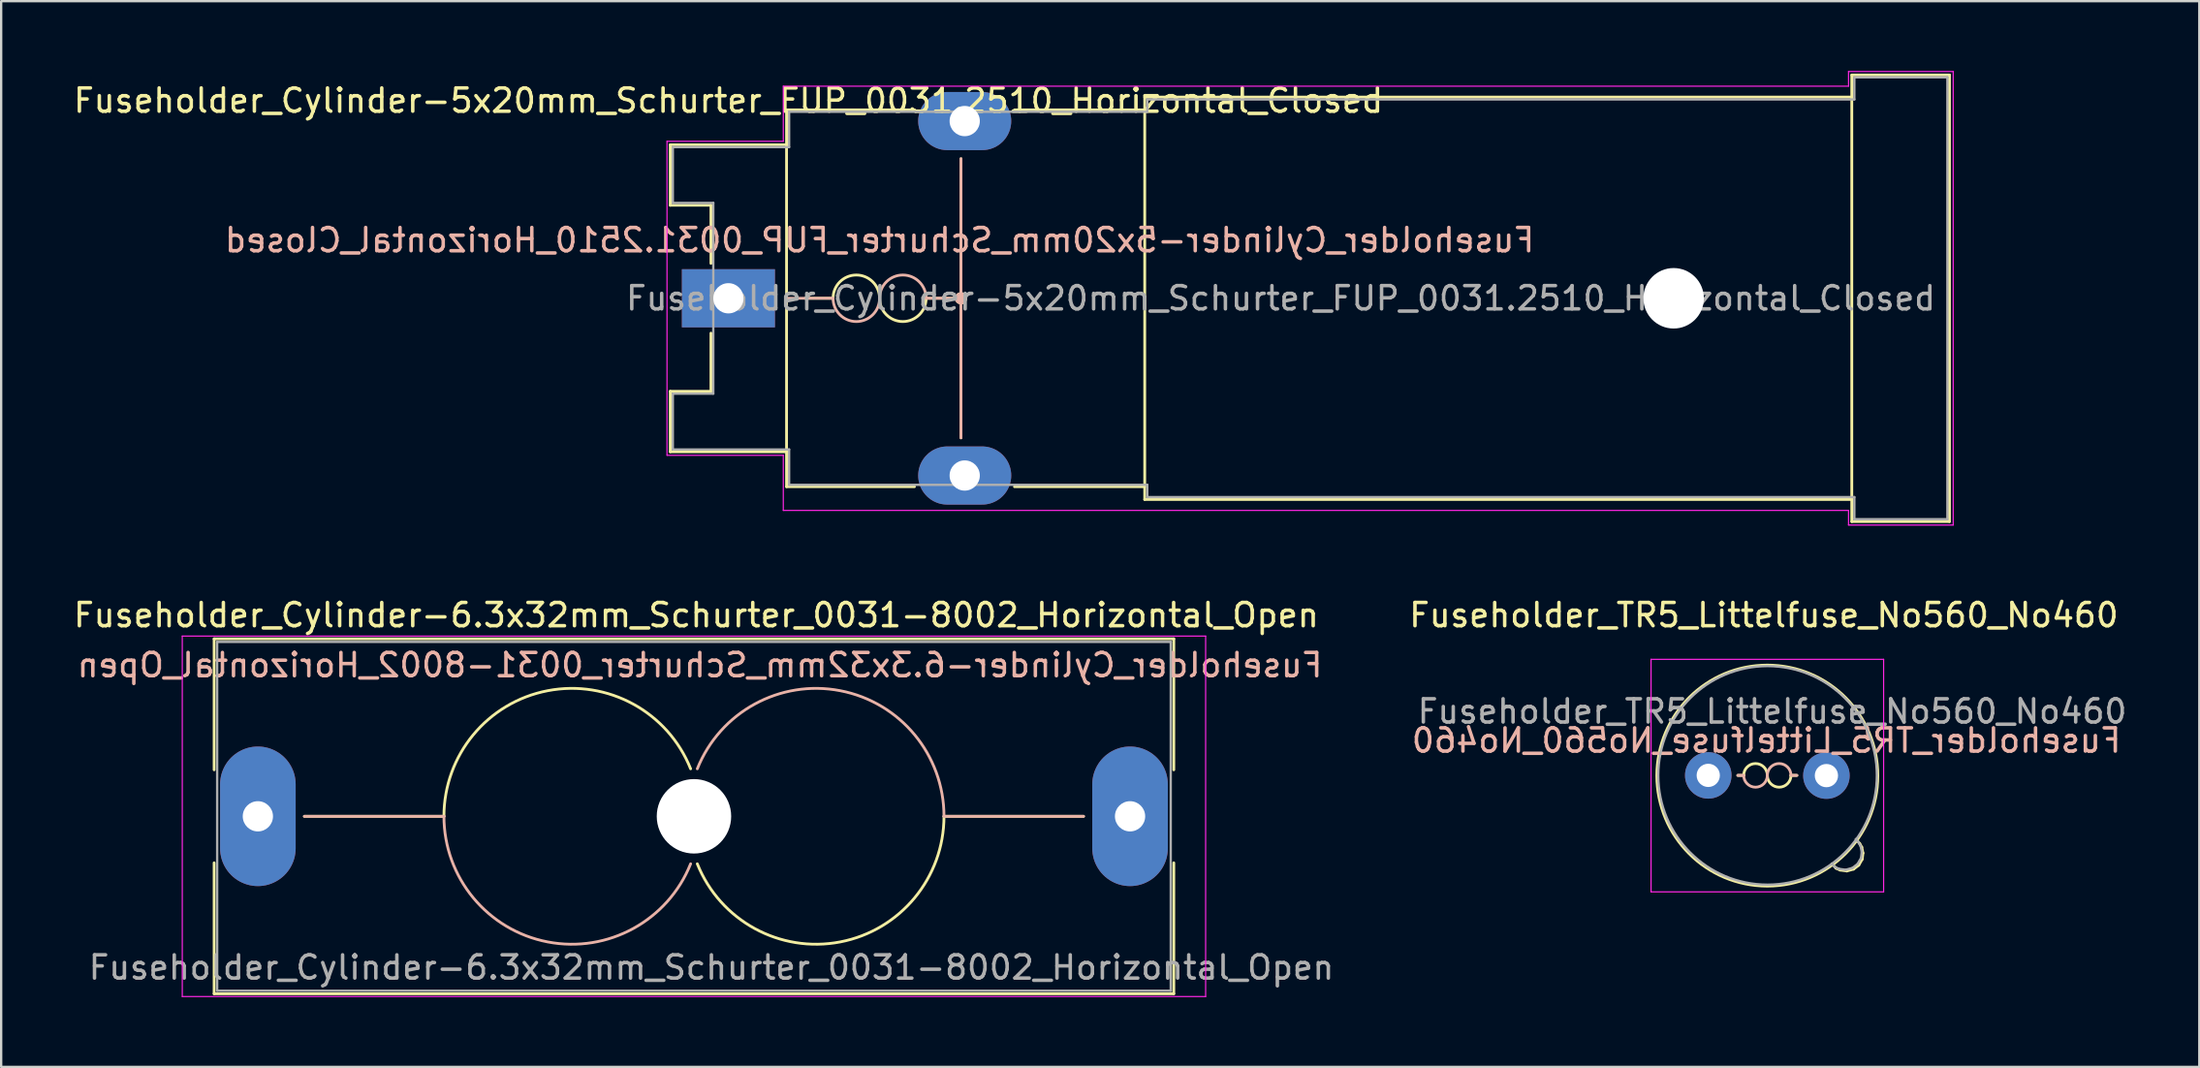
<source format=kicad_pcb>
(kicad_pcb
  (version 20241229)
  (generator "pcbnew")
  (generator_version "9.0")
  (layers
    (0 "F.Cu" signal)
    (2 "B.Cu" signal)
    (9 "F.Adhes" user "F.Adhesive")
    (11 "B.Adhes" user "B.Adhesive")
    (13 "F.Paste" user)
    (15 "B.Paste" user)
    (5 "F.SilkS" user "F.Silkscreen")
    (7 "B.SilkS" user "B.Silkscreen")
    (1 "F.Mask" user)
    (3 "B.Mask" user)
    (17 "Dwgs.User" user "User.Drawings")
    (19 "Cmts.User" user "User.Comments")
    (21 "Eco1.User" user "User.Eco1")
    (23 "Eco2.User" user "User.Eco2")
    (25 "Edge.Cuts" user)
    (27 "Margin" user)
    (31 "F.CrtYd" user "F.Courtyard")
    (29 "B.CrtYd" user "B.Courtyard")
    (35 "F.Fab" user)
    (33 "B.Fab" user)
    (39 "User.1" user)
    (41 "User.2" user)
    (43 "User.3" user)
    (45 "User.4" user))
  (footprint "Fuseholder_Cylinder-5x20mm_Schurter_FUP_0031.2510_Horizontal_Closed"
    (layer "F.Cu")
    (at 28.268 9.775)
    (property "Reference" "Fuseholder_Cylinder-5x20mm_Schurter_FUP_0031.2510_Horizontal_Closed" (at 0 -8.5 0) (layer "F.SilkS") (effects (font (size 1 1) (thickness 0.15))))
    (fp_line (start -2.5 -6.6) (end 2.5 -6.6) (stroke (width 0.12) (type solid)) (layer "F.SilkS"))
    (fp_line (start -2.5 -4) (end -2.5 -6.6) (stroke (width 0.12) (type solid)) (layer "F.SilkS"))
    (fp_line (start -2.5 4) (end -0.75 4) (stroke (width 0.12) (type solid)) (layer "F.SilkS"))
    (fp_line (start -2.5 6.6) (end -2.5 4) (stroke (width 0.12) (type solid)) (layer "F.SilkS"))
    (fp_line (start -2.5 6.6) (end 2.5 6.6) (stroke (width 0.12) (type solid)) (layer "F.SilkS"))
    (fp_line (start -0.75 -4) (end -2.5 -4) (stroke (width 0.12) (type solid)) (layer "F.SilkS"))
    (fp_line (start -0.75 -1.5) (end -0.75 -4) (stroke (width 0.12) (type solid)) (layer "F.SilkS"))
    (fp_line (start -0.75 4) (end -0.75 1.5) (stroke (width 0.12) (type solid)) (layer "F.SilkS"))
    (fp_line (start 2.5 -8.1) (end 8 -8.1) (stroke (width 0.12) (type solid)) (layer "F.SilkS"))
    (fp_line (start 2.5 8.1) (end 2.5 -8.1) (stroke (width 0.12) (type solid)) (layer "F.SilkS"))
    (fp_line (start 2.5 8.1) (end 8 8.1) (stroke (width 0.12) (type solid)) (layer "F.SilkS"))
    (fp_line (start 4.5 0) (end 3.3 0) (stroke (width 0.12) (type solid)) (layer "F.SilkS"))
    (fp_line (start 9.7 0) (end 8.5 0) (stroke (width 0.12) (type solid)) (layer "F.SilkS"))
    (fp_line (start 9.7 0) (end 10 0) (stroke (width 0.12) (type solid)) (layer "F.SilkS"))
    (fp_line (start 10 0) (end 10 -6) (stroke (width 0.12) (type solid)) (layer "F.SilkS"))
    (fp_line (start 10 0) (end 10 6) (stroke (width 0.12) (type solid)) (layer "F.SilkS"))
    (fp_line (start 12.3 -8.1) (end 17.9 -8.1) (stroke (width 0.12) (type solid)) (layer "F.SilkS"))
    (fp_line (start 12.3 8.1) (end 17.9 8.1) (stroke (width 0.12) (type solid)) (layer "F.SilkS"))
    (fp_line (start 17.9 -8.65) (end 48.3 -8.65) (stroke (width 0.12) (type solid)) (layer "F.SilkS"))
    (fp_line (start 17.9 8.65) (end 17.9 -8.65) (stroke (width 0.12) (type solid)) (layer "F.SilkS"))
    (fp_line (start 17.9 8.65) (end 48.3 8.65) (stroke (width 0.12) (type solid)) (layer "F.SilkS"))
    (fp_line (start 48.3 -9.6) (end 52.5 -9.6) (stroke (width 0.12) (type solid)) (layer "F.SilkS"))
    (fp_line (start 48.3 9.6) (end 48.3 -9.6) (stroke (width 0.12) (type solid)) (layer "F.SilkS"))
    (fp_line (start 48.3 9.6) (end 52.5 9.6) (stroke (width 0.12) (type solid)) (layer "F.SilkS"))
    (fp_line (start 52.5 -9.6) (end 52.5 9.6) (stroke (width 0.12) (type solid)) (layer "F.SilkS"))
    (fp_arc (start 4.5 0) (mid 5.5 -1) (end 6.5 0) (stroke (width 0.12) (type solid)) (layer "F.SilkS"))
    (fp_arc (start 8.5 0) (mid 7.5 1) (end 6.5 0) (stroke (width 0.12) (type solid)) (layer "F.SilkS"))
    (fp_circle (center 10 0) (end 10.1 -0.025) (stroke (width 0.12) (type solid)) (fill no) (layer "F.SilkS"))
    (fp_circle (center 10 0) (end 10.175 -0.1) (stroke (width 0.12) (type solid)) (fill no) (layer "F.SilkS"))
    (fp_line (start 4.5 0) (end 2.5 0) (stroke (width 0.12) (type solid)) (layer "B.SilkS"))
    (fp_line (start 9.7 0) (end 8.5 0) (stroke (width 0.12) (type solid)) (layer "B.SilkS"))
    (fp_line (start 9.7 0) (end 10 0) (stroke (width 0.12) (type solid)) (layer "B.SilkS"))
    (fp_line (start 10 0) (end 10 -6) (stroke (width 0.12) (type solid)) (layer "B.SilkS"))
    (fp_line (start 10 0) (end 10 6) (stroke (width 0.12) (type solid)) (layer "B.SilkS"))
    (fp_arc (start 6.5 0) (mid 5.5 1) (end 4.5 0) (stroke (width 0.12) (type solid)) (layer "B.SilkS"))
    (fp_arc (start 6.5 0) (mid 7.5 -1) (end 8.5 0) (stroke (width 0.12) (type solid)) (layer "B.SilkS"))
    (fp_circle (center 10 0) (end 10.1 0.025) (stroke (width 0.12) (type solid)) (fill no) (layer "B.SilkS"))
    (fp_circle (center 10 0) (end 10.175 0.1) (stroke (width 0.12) (type solid)) (fill no) (layer "B.SilkS"))
    (fp_line (start -2.64 -6.75) (end 2.36 -6.75) (stroke (width 0.05) (type solid)) (layer "F.CrtYd"))
    (fp_line (start -2.64 6.75) (end -2.64 -6.75) (stroke (width 0.05) (type solid)) (layer "F.CrtYd"))
    (fp_line (start -2.64 6.75) (end 2.36 6.75) (stroke (width 0.05) (type solid)) (layer "F.CrtYd"))
    (fp_line (start 2.36 -9.12) (end 2.36 -6.75) (stroke (width 0.05) (type solid)) (layer "F.CrtYd"))
    (fp_line (start 2.36 -9.12) (end 48.16 -9.12) (stroke (width 0.05) (type solid)) (layer "F.CrtYd"))
    (fp_line (start 2.36 6.75) (end 2.36 9.12) (stroke (width 0.05) (type solid)) (layer "F.CrtYd"))
    (fp_line (start 48.16 -9.75) (end 48.16 -9.12) (stroke (width 0.05) (type solid)) (layer "F.CrtYd"))
    (fp_line (start 48.16 -9.75) (end 52.66 -9.75) (stroke (width 0.05) (type solid)) (layer "F.CrtYd"))
    (fp_line (start 48.16 9.12) (end 2.36 9.12) (stroke (width 0.05) (type solid)) (layer "F.CrtYd"))
    (fp_line (start 48.16 9.12) (end 48.16 9.75) (stroke (width 0.05) (type solid)) (layer "F.CrtYd"))
    (fp_line (start 48.16 9.75) (end 52.66 9.75) (stroke (width 0.05) (type solid)) (layer "F.CrtYd"))
    (fp_line (start 52.66 -9.75) (end 52.66 9.75) (stroke (width 0.05) (type solid)) (layer "F.CrtYd"))
    (fp_line (start -2.39 -4.1) (end -2.39 -6.5) (stroke (width 0.1) (type solid)) (layer "F.Fab"))
    (fp_line (start -2.39 -4.1) (end -0.65 -4.1) (stroke (width 0.1) (type solid)) (layer "F.Fab"))
    (fp_line (start -2.39 4.1) (end -2.39 6.5) (stroke (width 0.1) (type solid)) (layer "F.Fab"))
    (fp_line (start -2.39 6.5) (end 2.61 6.5) (stroke (width 0.1) (type solid)) (layer "F.Fab"))
    (fp_line (start -0.65 -4.1) (end -0.65 4.1) (stroke (width 0.1) (type solid)) (layer "F.Fab"))
    (fp_line (start -0.65 4.1) (end -2.39 4.1) (stroke (width 0.1) (type solid)) (layer "F.Fab"))
    (fp_line (start 2.61 -8.02) (end 2.61 -6.5) (stroke (width 0.1) (type solid)) (layer "F.Fab"))
    (fp_line (start 2.61 -6.5) (end -2.39 -6.5) (stroke (width 0.1) (type solid)) (layer "F.Fab"))
    (fp_line (start 2.61 6.5) (end 2.61 8.02) (stroke (width 0.1) (type solid)) (layer "F.Fab"))
    (fp_line (start 2.61 8.02) (end 18.01 8.02) (stroke (width 0.1) (type solid)) (layer "F.Fab"))
    (fp_line (start 18.01 -8.55) (end 18.01 -8.02) (stroke (width 0.1) (type solid)) (layer "F.Fab"))
    (fp_line (start 18.01 -8.02) (end 2.61 -8.02) (stroke (width 0.1) (type solid)) (layer "F.Fab"))
    (fp_line (start 18.01 8.02) (end 18.01 8.55) (stroke (width 0.1) (type solid)) (layer "F.Fab"))
    (fp_line (start 18.01 8.55) (end 48.41 8.55) (stroke (width 0.1) (type solid)) (layer "F.Fab"))
    (fp_line (start 48.41 -9.5) (end 48.41 -8.55) (stroke (width 0.1) (type solid)) (layer "F.Fab"))
    (fp_line (start 48.41 -8.55) (end 18.01 -8.55) (stroke (width 0.1) (type solid)) (layer "F.Fab"))
    (fp_line (start 48.41 8.55) (end 48.41 9.5) (stroke (width 0.1) (type solid)) (layer "F.Fab"))
    (fp_line (start 48.41 9.5) (end 52.41 9.5) (stroke (width 0.1) (type solid)) (layer "F.Fab"))
    (fp_line (start 52.41 -9.5) (end 48.41 -9.5) (stroke (width 0.1) (type solid)) (layer "F.Fab"))
    (fp_line (start 52.41 -9.5) (end 52.41 9.5) (stroke (width 0.1) (type solid)) (layer "F.Fab"))
    (fp_text user "${REFERENCE}" (at 6.5 -2.5 0) (layer "B.SilkS") (effects (font (size 1 1) (thickness 0.15)) (justify mirror)))
    (fp_text user "${REFERENCE}" (at 23.75 0 0) (layer "F.Fab") (effects (font (size 1 1) (thickness 0.15))))
    (pad "" np_thru_hole circle (at 40.64 0) (size 2.6 2.6) (drill 2.6) (layers "*.Cu" "*.Mask"))
    (pad "1" thru_hole rect (at 0 0) (size 4 2.5) (drill 1.3) (layers "*.Cu" "*.Mask"))
    (pad "2" thru_hole oval (at 10.16 -7.62) (size 4 2.5) (drill 1.3) (layers "*.Cu" "*.Mask"))
    (pad "2" thru_hole oval (at 10.16 7.62) (size 4 2.5) (drill 1.3) (layers "*.Cu" "*.Mask")))
  (footprint "Fuseholder_Cylinder-6.3x32mm_Schurter_0031-8002_Horizontal_Open"
    (layer "F.Cu")
    (at 8.037 32.048)
    (property "Reference" "Fuseholder_Cylinder-6.3x32mm_Schurter_0031-8002_Horizontal_Open" (at 18.85 -8.65 0) (layer "F.SilkS") (effects (font (size 1 1) (thickness 0.15))))
    (fp_line (start -1.88 -7.63) (end -1.88 -2) (stroke (width 0.12) (type solid)) (layer "F.SilkS"))
    (fp_line (start -1.88 -7.63) (end 39.38 -7.63) (stroke (width 0.12) (type solid)) (layer "F.SilkS"))
    (fp_line (start -1.88 2) (end -1.88 7.63) (stroke (width 0.12) (type solid)) (layer "F.SilkS"))
    (fp_line (start 2 0) (end 8 0) (stroke (width 0.12) (type solid)) (layer "F.SilkS"))
    (fp_line (start 29.5 0) (end 35.5 0) (stroke (width 0.12) (type solid)) (layer "F.SilkS"))
    (fp_line (start 39.38 -7.63) (end 39.38 -2) (stroke (width 0.12) (type solid)) (layer "F.SilkS"))
    (fp_line (start 39.38 2) (end 39.38 7.63) (stroke (width 0.12) (type solid)) (layer "F.SilkS"))
    (fp_line (start 39.38 7.63) (end -1.88 7.63) (stroke (width 0.12) (type solid)) (layer "F.SilkS"))
    (fp_arc (start 8 0) (mid 12.459909 -5.40076) (end 18.606622 -2.042649) (stroke (width 0.12) (type solid)) (layer "F.SilkS"))
    (fp_arc (start 29.5 0) (mid 25.040091 5.40076) (end 18.893378 2.042649) (stroke (width 0.12) (type solid)) (layer "F.SilkS"))
    (fp_line (start 8 0) (end 2 0) (stroke (width 0.12) (type solid)) (layer "B.SilkS"))
    (fp_line (start 35.5 0) (end 29.5 0) (stroke (width 0.12) (type solid)) (layer "B.SilkS"))
    (fp_arc (start 18.606622 2.042649) (mid 12.459908 5.40076) (end 8 0) (stroke (width 0.12) (type solid)) (layer "B.SilkS"))
    (fp_arc (start 18.893378 -2.042649) (mid 25.040092 -5.40076) (end 29.5 0) (stroke (width 0.12) (type solid)) (layer "B.SilkS"))
    (fp_line (start -3.25 -7.75) (end -3.25 7.75) (stroke (width 0.05) (type solid)) (layer "F.CrtYd"))
    (fp_line (start -3.25 -7.75) (end 40.75 -7.75) (stroke (width 0.05) (type solid)) (layer "F.CrtYd"))
    (fp_line (start 40.75 7.75) (end -3.25 7.75) (stroke (width 0.05) (type solid)) (layer "F.CrtYd"))
    (fp_line (start 40.75 7.75) (end 40.75 -7.75) (stroke (width 0.05) (type solid)) (layer "F.CrtYd"))
    (fp_line (start -1.75 -7.5) (end -1.75 7.5) (stroke (width 0.1) (type solid)) (layer "F.Fab"))
    (fp_line (start -1.75 7.5) (end 39.25 7.5) (stroke (width 0.1) (type solid)) (layer "F.Fab"))
    (fp_line (start 39.25 -7.5) (end -1.75 -7.5) (stroke (width 0.1) (type solid)) (layer "F.Fab"))
    (fp_line (start 39.25 7.5) (end 39.25 -7.5) (stroke (width 0.1) (type solid)) (layer "F.Fab"))
    (fp_text user "${REFERENCE}" (at 19 -6.5 0) (layer "B.SilkS") (effects (font (size 1 1) (thickness 0.15)) (justify mirror)))
    (fp_text user "${REFERENCE}" (at 19.5 6.5 0) (layer "F.Fab") (effects (font (size 1 1) (thickness 0.15))))
    (pad "" np_thru_hole circle (at 18.75 0) (size 3.2 3.2) (drill 3.2) (layers "*.Cu" "*.Mask"))
    (pad "1" thru_hole oval (at 0 0) (size 3.25 6) (drill 1.3) (layers "*.Cu" "*.Mask"))
    (pad "2" thru_hole oval (at 37.5 0) (size 3.25 6) (drill 1.3) (layers "*.Cu" "*.Mask")))
  (footprint "Fuseholder_TR5_Littelfuse_No560_No460"
    (layer "F.Cu")
    (at 70.397 30.288)
    (property "Reference" "Fuseholder_TR5_Littelfuse_No560_No460" (at 2.39 -6.89 0) (layer "F.SilkS") (effects (font (size 1 1) (thickness 0.15))))
    (fp_line (start 1.27 0) (end 1.524 0) (stroke (width 0.12) (type solid)) (layer "F.SilkS"))
    (fp_line (start 3.81 0) (end 3.556 0) (stroke (width 0.12) (type solid)) (layer "F.SilkS"))
    (fp_line (start 5.49 3.99) (end 5.36 3.84) (stroke (width 0.12) (type solid)) (layer "F.SilkS"))
    (fp_line (start 5.67 4.07) (end 5.49 3.99) (stroke (width 0.12) (type solid)) (layer "F.SilkS"))
    (fp_line (start 5.96 4.11) (end 5.67 4.07) (stroke (width 0.12) (type solid)) (layer "F.SilkS"))
    (fp_line (start 6.25 4.03) (end 5.96 4.11) (stroke (width 0.12) (type solid)) (layer "F.SilkS"))
    (fp_line (start 6.39 2.79) (end 6.51 2.93) (stroke (width 0.12) (type solid)) (layer "F.SilkS"))
    (fp_line (start 6.47 3.86) (end 6.25 4.03) (stroke (width 0.12) (type solid)) (layer "F.SilkS"))
    (fp_line (start 6.51 2.93) (end 6.6 3.09) (stroke (width 0.12) (type solid)) (layer "F.SilkS"))
    (fp_line (start 6.6 3.09) (end 6.65 3.34) (stroke (width 0.12) (type solid)) (layer "F.SilkS"))
    (fp_line (start 6.62 3.6) (end 6.47 3.86) (stroke (width 0.12) (type solid)) (layer "F.SilkS"))
    (fp_line (start 6.65 3.34) (end 6.62 3.6) (stroke (width 0.12) (type solid)) (layer "F.SilkS"))
    (fp_arc (start 1.524 0) (mid 2.032 -0.508) (end 2.54 0) (stroke (width 0.12) (type solid)) (layer "F.SilkS"))
    (fp_arc (start 3.556 0) (mid 3.048 0.508) (end 2.54 0) (stroke (width 0.12) (type solid)) (layer "F.SilkS"))
    (fp_circle (center 2.54 0.01) (end 7.29 0.01) (stroke (width 0.12) (type solid)) (fill no) (layer "F.SilkS"))
    (fp_line (start 1.27 0) (end 1.524 0) (stroke (width 0.12) (type solid)) (layer "B.SilkS"))
    (fp_line (start 3.81 0) (end 3.556 0) (stroke (width 0.12) (type solid)) (layer "B.SilkS"))
    (fp_arc (start 2.54 0) (mid 2.032 0.508) (end 1.524 0) (stroke (width 0.12) (type solid)) (layer "B.SilkS"))
    (fp_arc (start 2.54 0) (mid 3.048 -0.508) (end 3.556 0) (stroke (width 0.12) (type solid)) (layer "B.SilkS"))
    (fp_line (start -2.46 -4.99) (end -2.46 5.01) (stroke (width 0.05) (type solid)) (layer "F.CrtYd"))
    (fp_line (start -2.46 -4.99) (end 7.54 -4.99) (stroke (width 0.05) (type solid)) (layer "F.CrtYd"))
    (fp_line (start 7.54 5.01) (end -2.46 5.01) (stroke (width 0.05) (type solid)) (layer "F.CrtYd"))
    (fp_line (start 7.54 5.01) (end 7.54 -4.99) (stroke (width 0.05) (type solid)) (layer "F.CrtYd"))
    (fp_line (start 5.44 3.94) (end 5.31 3.79) (stroke (width 0.1) (type solid)) (layer "F.Fab"))
    (fp_line (start 5.62 4.02) (end 5.44 3.94) (stroke (width 0.1) (type solid)) (layer "F.Fab"))
    (fp_line (start 5.91 4.06) (end 5.62 4.02) (stroke (width 0.1) (type solid)) (layer "F.Fab"))
    (fp_line (start 6.2 3.98) (end 5.91 4.06) (stroke (width 0.1) (type solid)) (layer "F.Fab"))
    (fp_line (start 6.34 2.74) (end 6.46 2.88) (stroke (width 0.1) (type solid)) (layer "F.Fab"))
    (fp_line (start 6.42 3.81) (end 6.2 3.98) (stroke (width 0.1) (type solid)) (layer "F.Fab"))
    (fp_line (start 6.46 2.88) (end 6.55 3.04) (stroke (width 0.1) (type solid)) (layer "F.Fab"))
    (fp_line (start 6.55 3.04) (end 6.6 3.29) (stroke (width 0.1) (type solid)) (layer "F.Fab"))
    (fp_line (start 6.57 3.55) (end 6.42 3.81) (stroke (width 0.1) (type solid)) (layer "F.Fab"))
    (fp_line (start 6.6 3.29) (end 6.57 3.55) (stroke (width 0.1) (type solid)) (layer "F.Fab"))
    (fp_circle (center 2.55 0) (end 7.25 0) (stroke (width 0.1) (type solid)) (fill no) (layer "F.Fab"))
    (fp_text user "${REFERENCE}" (at 2.5 -1.5 0) (layer "B.SilkS") (effects (font (size 1 1) (thickness 0.15)) (justify mirror)))
    (fp_text user "${REFERENCE}" (at 2.75 -2.75 0) (layer "F.Fab") (effects (font (size 1 1) (thickness 0.15))))
    (pad "1" thru_hole circle (at 0 0) (size 2 2) (drill 1) (layers "*.Cu" "*.Mask"))
    (pad "2" thru_hole circle (at 5.08 0.01) (size 2 2) (drill 1) (layers "*.Cu" "*.Mask")))
  (gr_rect
    (start -3 -3)
    (end 91.51 42.823)
    (stroke (width 0.1) (type default))
    (fill no)
    (layer "Edge.Cuts")))
</source>
